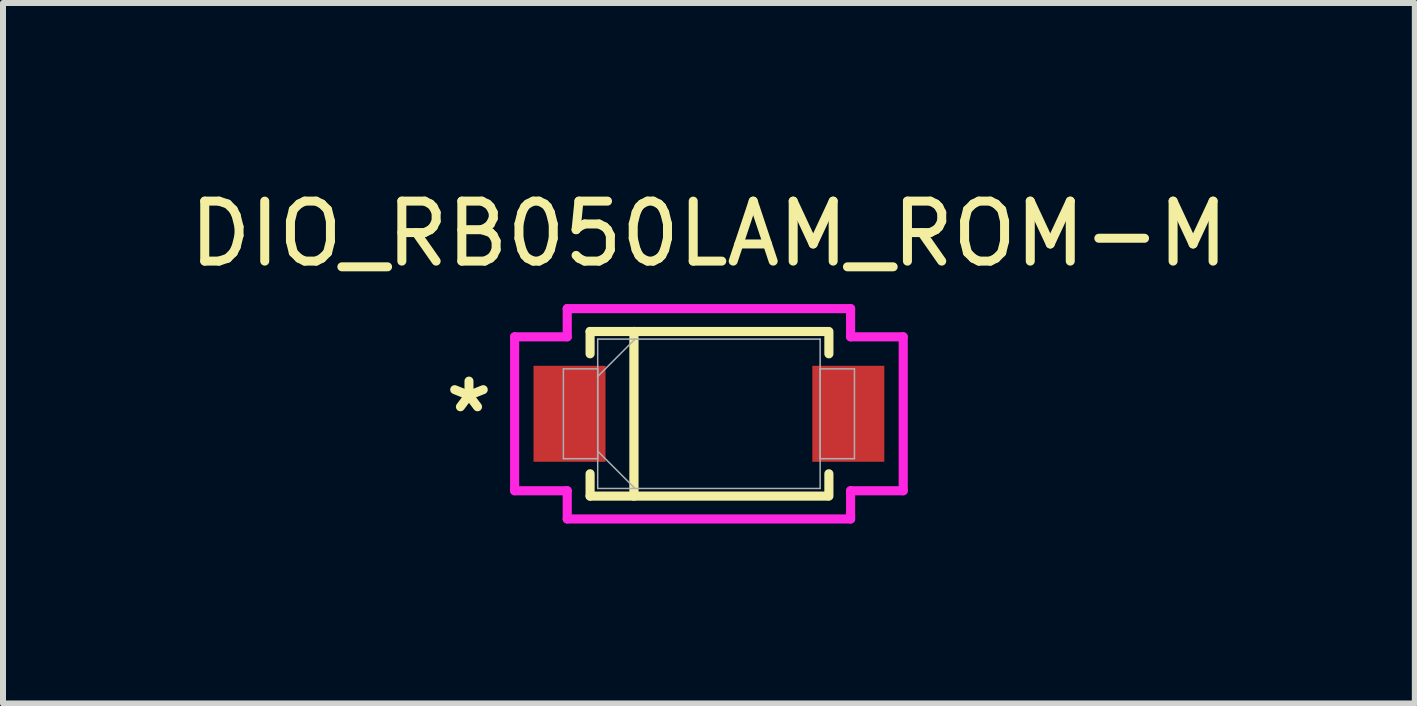
<source format=kicad_pcb>
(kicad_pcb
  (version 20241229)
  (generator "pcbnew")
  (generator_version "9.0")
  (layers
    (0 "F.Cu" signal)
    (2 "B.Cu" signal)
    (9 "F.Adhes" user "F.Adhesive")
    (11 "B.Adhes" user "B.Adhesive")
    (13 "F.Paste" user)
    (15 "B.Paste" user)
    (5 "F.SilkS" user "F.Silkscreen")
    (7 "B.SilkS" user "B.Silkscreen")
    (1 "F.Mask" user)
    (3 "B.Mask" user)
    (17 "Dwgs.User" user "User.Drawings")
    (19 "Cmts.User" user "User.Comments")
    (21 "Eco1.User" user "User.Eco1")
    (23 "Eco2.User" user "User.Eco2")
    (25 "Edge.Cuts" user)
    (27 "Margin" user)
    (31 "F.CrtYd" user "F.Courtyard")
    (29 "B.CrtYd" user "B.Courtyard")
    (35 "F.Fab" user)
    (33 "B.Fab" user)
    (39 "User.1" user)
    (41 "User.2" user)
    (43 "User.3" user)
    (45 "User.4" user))
  (footprint "DIO_RB050LAM_ROM-M"
    (layer "F.Cu")
    (at 8.768 3.848)
    (property "Reference" "DIO_RB050LAM_ROM-M" (at 0 -3 0) (unlocked yes) (layer "F.SilkS") (effects (font (size 1 1) (thickness 0.15))))
    (attr smd)
    (fp_line (start -1.981 -1.372) (end -1.981 -1) (stroke (width 0.152) (type solid)) (layer "F.SilkS"))
    (fp_line (start -1.981 1) (end -1.981 1.372) (stroke (width 0.152) (type solid)) (layer "F.SilkS"))
    (fp_line (start -1.981 1.372) (end 1.981 1.372) (stroke (width 0.152) (type solid)) (layer "F.SilkS"))
    (fp_line (start -1.25 -1.372) (end -1.25 1.372) (stroke (width 0.154) (type solid)) (layer "F.SilkS"))
    (fp_line (start 1.981 -1.372) (end -1.981 -1.372) (stroke (width 0.152) (type solid)) (layer "F.SilkS"))
    (fp_line (start 2 -1.372) (end 2 -1) (stroke (width 0.152) (type solid)) (layer "F.SilkS"))
    (fp_line (start 2 1) (end 2 1.372) (stroke (width 0.152) (type solid)) (layer "F.SilkS"))
    (fp_line (start -3.239 -1.283) (end -2.362 -1.283) (stroke (width 0.152) (type solid)) (layer "F.CrtYd"))
    (fp_line (start -3.239 1.283) (end -3.239 -1.283) (stroke (width 0.152) (type solid)) (layer "F.CrtYd"))
    (fp_line (start -2.362 -1.753) (end 2.362 -1.753) (stroke (width 0.152) (type solid)) (layer "F.CrtYd"))
    (fp_line (start -2.362 -1.283) (end -2.362 -1.753) (stroke (width 0.152) (type solid)) (layer "F.CrtYd"))
    (fp_line (start -2.362 1.283) (end -3.239 1.283) (stroke (width 0.152) (type solid)) (layer "F.CrtYd"))
    (fp_line (start -2.362 1.753) (end -2.362 1.283) (stroke (width 0.152) (type solid)) (layer "F.CrtYd"))
    (fp_line (start 2.362 -1.753) (end 2.362 -1.283) (stroke (width 0.152) (type solid)) (layer "F.CrtYd"))
    (fp_line (start 2.362 -1.283) (end 3.239 -1.283) (stroke (width 0.152) (type solid)) (layer "F.CrtYd"))
    (fp_line (start 2.362 1.283) (end 2.362 1.753) (stroke (width 0.152) (type solid)) (layer "F.CrtYd"))
    (fp_line (start 2.362 1.753) (end -2.362 1.753) (stroke (width 0.152) (type solid)) (layer "F.CrtYd"))
    (fp_line (start 3.239 -1.283) (end 3.239 1.283) (stroke (width 0.152) (type solid)) (layer "F.CrtYd"))
    (fp_line (start 3.239 1.283) (end 2.362 1.283) (stroke (width 0.152) (type solid)) (layer "F.CrtYd"))
    (fp_line (start -2.426 -0.749) (end -2.426 0.749) (stroke (width 0.025) (type solid)) (layer "F.Fab"))
    (fp_line (start -2.426 0.749) (end -1.854 0.749) (stroke (width 0.025) (type solid)) (layer "F.Fab"))
    (fp_line (start -1.854 -1.245) (end -1.854 1.245) (stroke (width 0.025) (type solid)) (layer "F.Fab"))
    (fp_line (start -1.854 -0.749) (end -2.426 -0.749) (stroke (width 0.025) (type solid)) (layer "F.Fab"))
    (fp_line (start -1.854 -0.622) (end -1.232 -1.245) (stroke (width 0.025) (type solid)) (layer "F.Fab"))
    (fp_line (start -1.854 0.622) (end -1.232 1.245) (stroke (width 0.025) (type solid)) (layer "F.Fab"))
    (fp_line (start -1.854 0.749) (end -1.854 -0.749) (stroke (width 0.025) (type solid)) (layer "F.Fab"))
    (fp_line (start -1.854 1.245) (end 1.854 1.245) (stroke (width 0.025) (type solid)) (layer "F.Fab"))
    (fp_line (start 1.854 -1.245) (end -1.854 -1.245) (stroke (width 0.025) (type solid)) (layer "F.Fab"))
    (fp_line (start 1.854 -0.749) (end 1.854 0.749) (stroke (width 0.025) (type solid)) (layer "F.Fab"))
    (fp_line (start 1.854 0.749) (end 2.426 0.749) (stroke (width 0.025) (type solid)) (layer "F.Fab"))
    (fp_line (start 1.854 1.245) (end 1.854 -1.245) (stroke (width 0.025) (type solid)) (layer "F.Fab"))
    (fp_line (start 2.426 -0.749) (end 1.854 -0.749) (stroke (width 0.025) (type solid)) (layer "F.Fab"))
    (fp_line (start 2.426 0.749) (end 2.426 -0.749) (stroke (width 0.025) (type solid)) (layer "F.Fab"))
    (fp_text user "*" (at -4 0 0) (unlocked yes) (layer "F.SilkS") (effects (font (size 1 1) (thickness 0.15))))
    (pad "1" smd rect (at -2.324 0) (size 1.2 1.6) (layers "F.Cu" "F.Mask" "F.Paste"))
    (pad "2" smd rect (at 2.324 0) (size 1.2 1.6) (layers "F.Cu" "F.Mask" "F.Paste")))
  (gr_rect
    (start -3 -3)
    (end 20.536 8.677)
    (stroke (width 0.1) (type default))
    (fill no)
    (layer "Edge.Cuts")))
</source>
